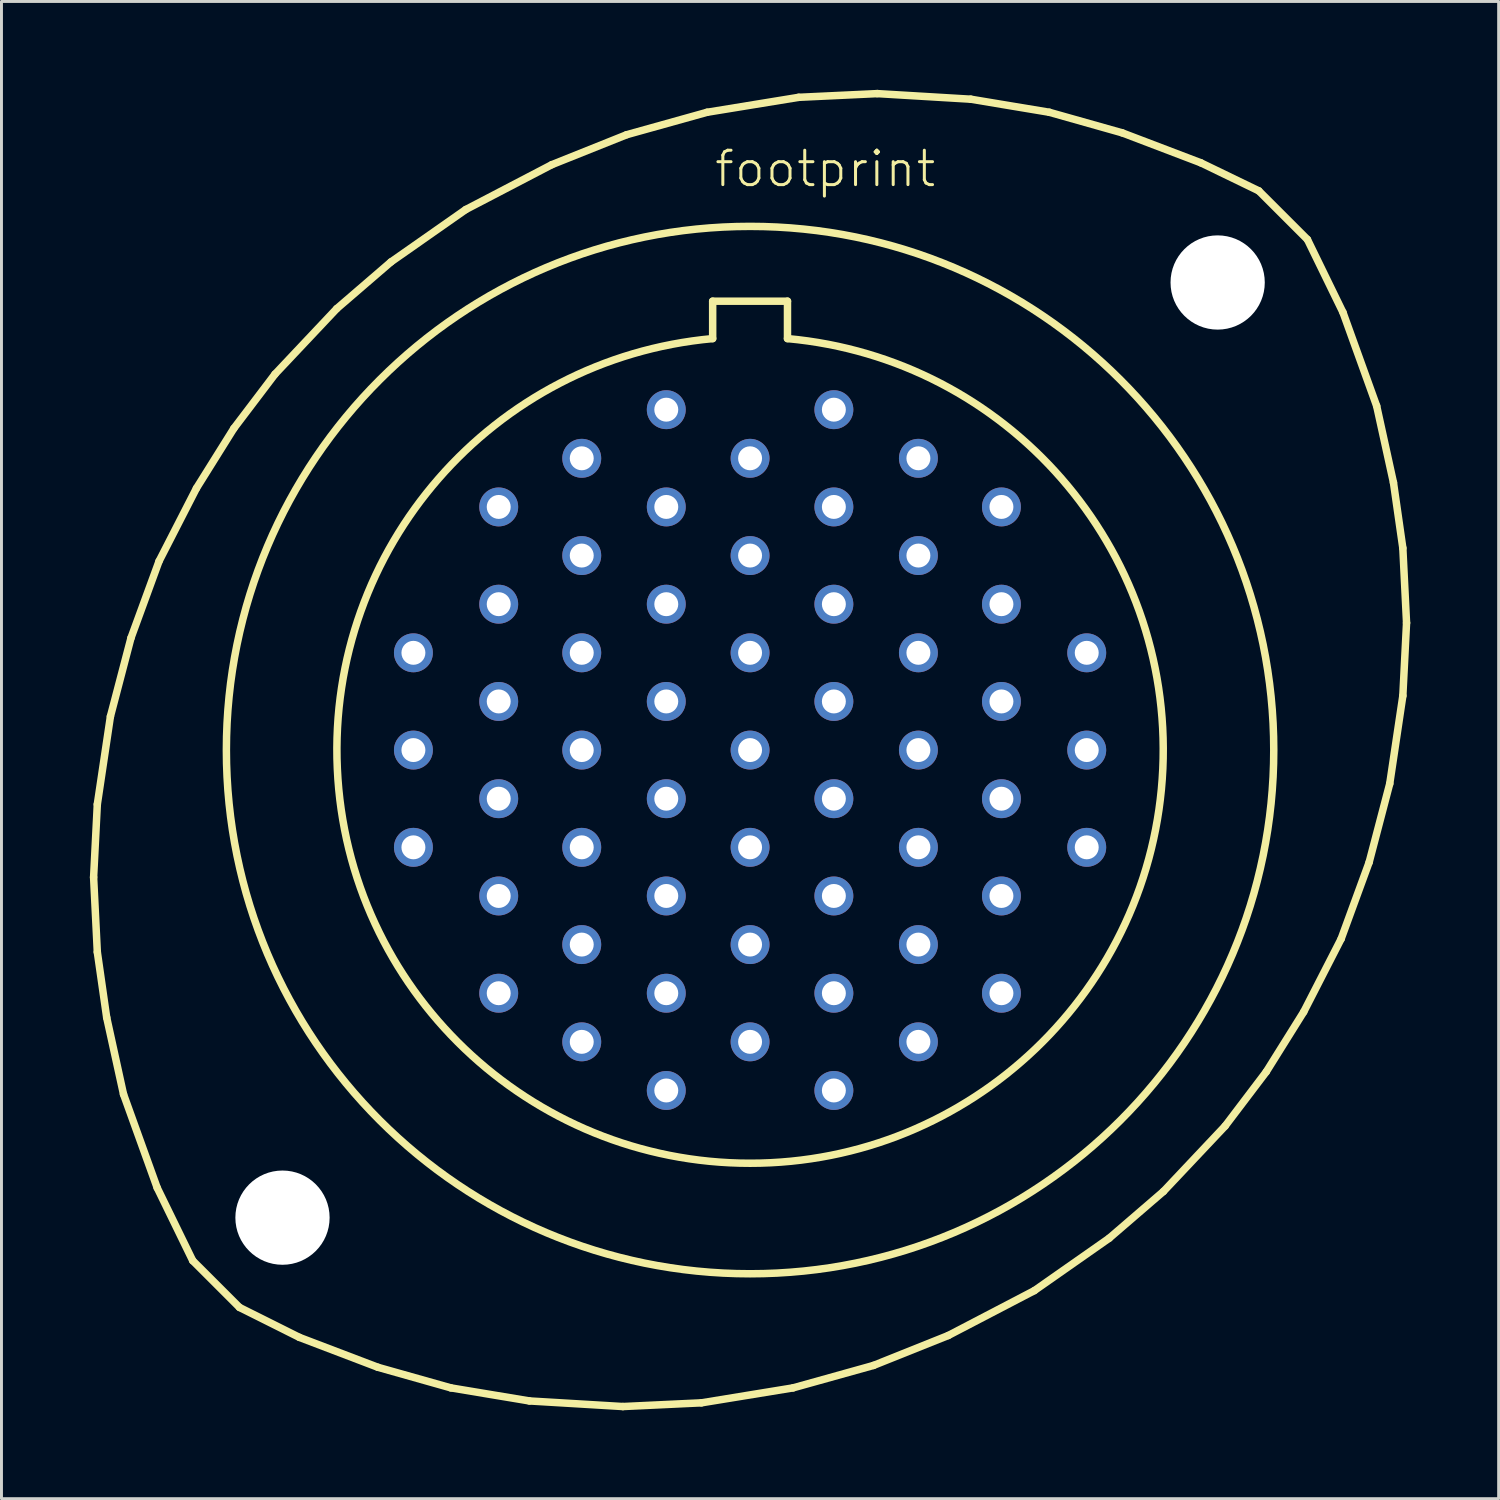
<source format=kicad_pcb>
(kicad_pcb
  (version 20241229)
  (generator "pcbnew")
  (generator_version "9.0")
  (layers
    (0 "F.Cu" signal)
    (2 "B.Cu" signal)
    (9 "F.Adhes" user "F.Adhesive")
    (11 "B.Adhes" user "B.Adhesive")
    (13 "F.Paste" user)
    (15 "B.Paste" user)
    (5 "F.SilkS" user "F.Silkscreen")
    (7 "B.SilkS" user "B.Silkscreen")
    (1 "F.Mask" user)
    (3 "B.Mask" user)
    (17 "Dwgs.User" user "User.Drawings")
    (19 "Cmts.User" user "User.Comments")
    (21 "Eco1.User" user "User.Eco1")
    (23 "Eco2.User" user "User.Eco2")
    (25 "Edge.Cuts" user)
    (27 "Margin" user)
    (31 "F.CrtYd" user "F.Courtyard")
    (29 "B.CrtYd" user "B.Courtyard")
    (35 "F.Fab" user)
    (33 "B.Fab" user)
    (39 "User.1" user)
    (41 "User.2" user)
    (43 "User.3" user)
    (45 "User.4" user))
  (footprint "footprint"
    (layer "F.Cu")
    (at 22.416 22.416)
    (property "Reference" "footprint" (at -1.27 -19.05 0) (layer "F.SilkS") (effects (font (size 1.168 1.168) (thickness 0.102)) (justify left bottom)))
    (fp_line (start -22.288 4.318) (end -22.162 1.841) (stroke (width 0.254) (type solid)) (layer "F.SilkS"))
    (fp_line (start -22.162 1.841) (end -21.717 -1.143) (stroke (width 0.254) (type solid)) (layer "F.SilkS"))
    (fp_line (start -22.162 6.858) (end -22.288 4.318) (stroke (width 0.254) (type solid)) (layer "F.SilkS"))
    (fp_line (start -21.844 9.081) (end -22.162 6.858) (stroke (width 0.254) (type solid)) (layer "F.SilkS"))
    (fp_line (start -21.717 -1.143) (end -21.018 -3.81) (stroke (width 0.254) (type solid)) (layer "F.SilkS"))
    (fp_line (start -21.273 11.684) (end -21.844 9.081) (stroke (width 0.254) (type solid)) (layer "F.SilkS"))
    (fp_line (start -21.018 -3.81) (end -20.066 -6.413) (stroke (width 0.254) (type solid)) (layer "F.SilkS"))
    (fp_line (start -20.13 14.859) (end -21.273 11.684) (stroke (width 0.254) (type solid)) (layer "F.SilkS"))
    (fp_line (start -20.066 -6.413) (end -18.796 -8.89) (stroke (width 0.254) (type solid)) (layer "F.SilkS"))
    (fp_line (start -18.923 17.335) (end -20.13 14.859) (stroke (width 0.254) (type solid)) (layer "F.SilkS"))
    (fp_line (start -18.923 17.335) (end -17.335 18.923) (stroke (width 0.254) (type solid)) (layer "F.SilkS"))
    (fp_line (start -18.796 -8.89) (end -17.526 -10.922) (stroke (width 0.254) (type solid)) (layer "F.SilkS"))
    (fp_line (start -17.526 -10.922) (end -16.129 -12.764) (stroke (width 0.254) (type solid)) (layer "F.SilkS"))
    (fp_line (start -16.129 -12.764) (end -14.034 -14.986) (stroke (width 0.254) (type solid)) (layer "F.SilkS"))
    (fp_line (start -15.303 19.939) (end -17.335 18.923) (stroke (width 0.254) (type solid)) (layer "F.SilkS"))
    (fp_line (start -14.034 -14.986) (end -12.192 -16.573) (stroke (width 0.254) (type solid)) (layer "F.SilkS"))
    (fp_line (start -12.636 20.955) (end -15.303 19.939) (stroke (width 0.254) (type solid)) (layer "F.SilkS"))
    (fp_line (start -12.192 -16.573) (end -9.652 -18.352) (stroke (width 0.254) (type solid)) (layer "F.SilkS"))
    (fp_line (start -10.16 21.654) (end -12.636 20.955) (stroke (width 0.254) (type solid)) (layer "F.SilkS"))
    (fp_line (start -9.652 -18.352) (end -6.731 -19.875) (stroke (width 0.254) (type solid)) (layer "F.SilkS"))
    (fp_line (start -7.493 22.098) (end -10.16 21.654) (stroke (width 0.254) (type solid)) (layer "F.SilkS"))
    (fp_line (start -6.731 -19.875) (end -4.191 -20.892) (stroke (width 0.254) (type solid)) (layer "F.SilkS"))
    (fp_line (start -4.318 22.288) (end -7.493 22.098) (stroke (width 0.254) (type solid)) (layer "F.SilkS"))
    (fp_line (start -4.191 -20.892) (end -1.46 -21.654) (stroke (width 0.254) (type solid)) (layer "F.SilkS"))
    (fp_line (start -1.651 22.162) (end -4.318 22.288) (stroke (width 0.254) (type solid)) (layer "F.SilkS"))
    (fp_line (start -1.46 -21.654) (end 1.651 -22.162) (stroke (width 0.254) (type solid)) (layer "F.SilkS"))
    (fp_line (start -1.27 -15.24) (end 1.27 -15.24) (stroke (width 0.254) (type solid)) (layer "F.SilkS"))
    (fp_line (start -1.27 -13.97) (end -1.27 -15.24) (stroke (width 0.254) (type solid)) (layer "F.SilkS"))
    (fp_line (start 1.27 -15.24) (end 1.27 -13.97) (stroke (width 0.254) (type solid)) (layer "F.SilkS"))
    (fp_line (start 1.46 21.654) (end -1.651 22.162) (stroke (width 0.254) (type solid)) (layer "F.SilkS"))
    (fp_line (start 1.651 -22.162) (end 4.318 -22.288) (stroke (width 0.254) (type solid)) (layer "F.SilkS"))
    (fp_line (start 4.191 20.892) (end 1.46 21.654) (stroke (width 0.254) (type solid)) (layer "F.SilkS"))
    (fp_line (start 4.318 -22.288) (end 7.493 -22.098) (stroke (width 0.254) (type solid)) (layer "F.SilkS"))
    (fp_line (start 6.731 19.875) (end 4.191 20.892) (stroke (width 0.254) (type solid)) (layer "F.SilkS"))
    (fp_line (start 7.493 -22.098) (end 10.16 -21.654) (stroke (width 0.254) (type solid)) (layer "F.SilkS"))
    (fp_line (start 9.652 18.352) (end 6.731 19.875) (stroke (width 0.254) (type solid)) (layer "F.SilkS"))
    (fp_line (start 10.16 -21.654) (end 12.636 -20.955) (stroke (width 0.254) (type solid)) (layer "F.SilkS"))
    (fp_line (start 12.192 16.573) (end 9.652 18.352) (stroke (width 0.254) (type solid)) (layer "F.SilkS"))
    (fp_line (start 12.636 -20.955) (end 15.303 -19.939) (stroke (width 0.254) (type solid)) (layer "F.SilkS"))
    (fp_line (start 14.034 14.986) (end 12.192 16.573) (stroke (width 0.254) (type solid)) (layer "F.SilkS"))
    (fp_line (start 15.303 -19.939) (end 17.272 -18.986) (stroke (width 0.254) (type solid)) (layer "F.SilkS"))
    (fp_line (start 16.129 12.764) (end 14.034 14.986) (stroke (width 0.254) (type solid)) (layer "F.SilkS"))
    (fp_line (start 17.526 10.922) (end 16.129 12.764) (stroke (width 0.254) (type solid)) (layer "F.SilkS"))
    (fp_line (start 18.796 8.89) (end 17.526 10.922) (stroke (width 0.254) (type solid)) (layer "F.SilkS"))
    (fp_line (start 18.923 -17.335) (end 17.272 -18.986) (stroke (width 0.254) (type solid)) (layer "F.SilkS"))
    (fp_line (start 18.923 -17.335) (end 20.13 -14.859) (stroke (width 0.254) (type solid)) (layer "F.SilkS"))
    (fp_line (start 20.066 6.413) (end 18.796 8.89) (stroke (width 0.254) (type solid)) (layer "F.SilkS"))
    (fp_line (start 20.13 -14.859) (end 21.273 -11.684) (stroke (width 0.254) (type solid)) (layer "F.SilkS"))
    (fp_line (start 21.018 3.81) (end 20.066 6.413) (stroke (width 0.254) (type solid)) (layer "F.SilkS"))
    (fp_line (start 21.273 -11.684) (end 21.844 -9.081) (stroke (width 0.254) (type solid)) (layer "F.SilkS"))
    (fp_line (start 21.717 1.143) (end 21.018 3.81) (stroke (width 0.254) (type solid)) (layer "F.SilkS"))
    (fp_line (start 21.844 -9.081) (end 22.162 -6.858) (stroke (width 0.254) (type solid)) (layer "F.SilkS"))
    (fp_line (start 22.162 -6.858) (end 22.288 -4.318) (stroke (width 0.254) (type solid)) (layer "F.SilkS"))
    (fp_line (start 22.162 -1.841) (end 21.717 1.143) (stroke (width 0.254) (type solid)) (layer "F.SilkS"))
    (fp_line (start 22.288 -4.318) (end 22.162 -1.841) (stroke (width 0.254) (type solid)) (layer "F.SilkS"))
    (fp_arc (start 1.27 -13.97) (mid 0 14.027608) (end -1.27 -13.97) (stroke (width 0.254) (type solid)) (layer "F.SilkS"))
    (fp_circle (center 0 0) (end 17.78 0) (stroke (width 0.254) (type solid)) (fill no) (layer "F.SilkS"))
    (pad "" np_thru_hole circle (at -15.875 15.875) (size 3.2 3.2) (drill 3.2) (layers "*.Cu" "*.Mask"))
    (pad "" np_thru_hole circle (at 15.875 -15.875) (size 3.2 3.2) (drill 3.2) (layers "*.Cu" "*.Mask"))
    (pad "A" thru_hole circle (at 2.845 -11.557) (size 1.321 1.321) (drill 0.813) (layers "*.Cu" "*.Mask"))
    (pad "A'" thru_hole circle (at 8.534 1.651) (size 1.321 1.321) (drill 0.813) (layers "*.Cu" "*.Mask"))
    (pad "AA" thru_hole circle (at -2.845 -4.953) (size 1.321 1.321) (drill 0.813) (layers "*.Cu" "*.Mask"))
    (pad "B" thru_hole circle (at 5.715 -9.906) (size 1.321 1.321) (drill 0.813) (layers "*.Cu" "*.Mask"))
    (pad "B'" thru_hole circle (at 8.534 4.953) (size 1.321 1.321) (drill 0.813) (layers "*.Cu" "*.Mask"))
    (pad "BB" thru_hole circle (at 0 -3.302) (size 1.321 1.321) (drill 0.813) (layers "*.Cu" "*.Mask"))
    (pad "C" thru_hole circle (at 8.534 -8.255) (size 1.321 1.321) (drill 0.813) (layers "*.Cu" "*.Mask"))
    (pad "C'" thru_hole circle (at 5.715 6.604) (size 1.321 1.321) (drill 0.813) (layers "*.Cu" "*.Mask"))
    (pad "CC" thru_hole circle (at 2.845 -1.651) (size 1.321 1.321) (drill 0.813) (layers "*.Cu" "*.Mask"))
    (pad "D" thru_hole circle (at 11.43 -3.302) (size 1.321 1.321) (drill 0.813) (layers "*.Cu" "*.Mask"))
    (pad "D'" thru_hole circle (at 2.845 8.255) (size 1.321 1.321) (drill 0.813) (layers "*.Cu" "*.Mask"))
    (pad "DD" thru_hole circle (at 2.845 1.651) (size 1.321 1.321) (drill 0.813) (layers "*.Cu" "*.Mask"))
    (pad "E" thru_hole circle (at 11.43 0) (size 1.321 1.321) (drill 0.813) (layers "*.Cu" "*.Mask"))
    (pad "E'" thru_hole circle (at 0 9.906) (size 1.321 1.321) (drill 0.813) (layers "*.Cu" "*.Mask"))
    (pad "EE" thru_hole circle (at 0 3.302) (size 1.321 1.321) (drill 0.813) (layers "*.Cu" "*.Mask"))
    (pad "F" thru_hole circle (at 11.43 3.302) (size 1.321 1.321) (drill 0.813) (layers "*.Cu" "*.Mask"))
    (pad "F'" thru_hole circle (at -2.845 8.255) (size 1.321 1.321) (drill 0.813) (layers "*.Cu" "*.Mask"))
    (pad "FF" thru_hole circle (at -2.845 1.651) (size 1.321 1.321) (drill 0.813) (layers "*.Cu" "*.Mask"))
    (pad "G" thru_hole circle (at 8.534 8.255) (size 1.321 1.321) (drill 0.813) (layers "*.Cu" "*.Mask"))
    (pad "G'" thru_hole circle (at -5.715 6.604) (size 1.321 1.321) (drill 0.813) (layers "*.Cu" "*.Mask"))
    (pad "GG" thru_hole circle (at -2.845 -1.651) (size 1.321 1.321) (drill 0.813) (layers "*.Cu" "*.Mask"))
    (pad "H" thru_hole circle (at 5.715 9.906) (size 1.321 1.321) (drill 0.813) (layers "*.Cu" "*.Mask"))
    (pad "H'" thru_hole circle (at -8.534 4.953) (size 1.321 1.321) (drill 0.813) (layers "*.Cu" "*.Mask"))
    (pad "HH" thru_hole circle (at 0 0) (size 1.321 1.321) (drill 0.813) (layers "*.Cu" "*.Mask"))
    (pad "I'" thru_hole circle (at -8.534 1.651) (size 1.321 1.321) (drill 0.813) (layers "*.Cu" "*.Mask"))
    (pad "J" thru_hole circle (at 2.845 11.557) (size 1.321 1.321) (drill 0.813) (layers "*.Cu" "*.Mask"))
    (pad "J'" thru_hole circle (at -8.534 -1.651) (size 1.321 1.321) (drill 0.813) (layers "*.Cu" "*.Mask"))
    (pad "K" thru_hole circle (at -2.845 11.557) (size 1.321 1.321) (drill 0.813) (layers "*.Cu" "*.Mask"))
    (pad "K'" thru_hole circle (at -8.534 -4.953) (size 1.321 1.321) (drill 0.813) (layers "*.Cu" "*.Mask"))
    (pad "L" thru_hole circle (at -5.715 9.906) (size 1.321 1.321) (drill 0.813) (layers "*.Cu" "*.Mask"))
    (pad "M" thru_hole circle (at -8.534 8.255) (size 1.321 1.321) (drill 0.813) (layers "*.Cu" "*.Mask"))
    (pad "M'" thru_hole circle (at -5.715 -6.604) (size 1.321 1.321) (drill 0.813) (layers "*.Cu" "*.Mask"))
    (pad "N" thru_hole circle (at -11.43 3.302) (size 1.321 1.321) (drill 0.813) (layers "*.Cu" "*.Mask"))
    (pad "N'" thru_hole circle (at -2.845 -8.255) (size 1.321 1.321) (drill 0.813) (layers "*.Cu" "*.Mask"))
    (pad "P" thru_hole circle (at -11.43 0) (size 1.321 1.321) (drill 0.813) (layers "*.Cu" "*.Mask"))
    (pad "P'" thru_hole circle (at 0 -6.604) (size 1.321 1.321) (drill 0.813) (layers "*.Cu" "*.Mask"))
    (pad "Q'" thru_hole circle (at 2.845 -4.953) (size 1.321 1.321) (drill 0.813) (layers "*.Cu" "*.Mask"))
    (pad "R" thru_hole circle (at -11.43 -3.302) (size 1.321 1.321) (drill 0.813) (layers "*.Cu" "*.Mask"))
    (pad "R'" thru_hole circle (at 5.715 -3.302) (size 1.321 1.321) (drill 0.813) (layers "*.Cu" "*.Mask"))
    (pad "S" thru_hole circle (at -8.534 -8.255) (size 1.321 1.321) (drill 0.813) (layers "*.Cu" "*.Mask"))
    (pad "S'" thru_hole circle (at 5.715 0) (size 1.321 1.321) (drill 0.813) (layers "*.Cu" "*.Mask"))
    (pad "T" thru_hole circle (at -5.715 -9.906) (size 1.321 1.321) (drill 0.813) (layers "*.Cu" "*.Mask"))
    (pad "T'" thru_hole circle (at 5.715 3.302) (size 1.321 1.321) (drill 0.813) (layers "*.Cu" "*.Mask"))
    (pad "U" thru_hole circle (at -2.845 -11.557) (size 1.321 1.321) (drill 0.813) (layers "*.Cu" "*.Mask"))
    (pad "U'" thru_hole circle (at 2.845 4.953) (size 1.321 1.321) (drill 0.813) (layers "*.Cu" "*.Mask"))
    (pad "V" thru_hole circle (at 0 -9.906) (size 1.321 1.321) (drill 0.813) (layers "*.Cu" "*.Mask"))
    (pad "V'" thru_hole circle (at 0 6.604) (size 1.321 1.321) (drill 0.813) (layers "*.Cu" "*.Mask"))
    (pad "W" thru_hole circle (at 2.845 -8.255) (size 1.321 1.321) (drill 0.813) (layers "*.Cu" "*.Mask"))
    (pad "W'" thru_hole circle (at -2.845 4.953) (size 1.321 1.321) (drill 0.813) (layers "*.Cu" "*.Mask"))
    (pad "X" thru_hole circle (at 5.715 -6.604) (size 1.321 1.321) (drill 0.813) (layers "*.Cu" "*.Mask"))
    (pad "X'" thru_hole circle (at -5.715 3.302) (size 1.321 1.321) (drill 0.813) (layers "*.Cu" "*.Mask"))
    (pad "Y" thru_hole circle (at 8.534 -4.953) (size 1.321 1.321) (drill 0.813) (layers "*.Cu" "*.Mask"))
    (pad "Y'" thru_hole circle (at -5.715 0) (size 1.321 1.321) (drill 0.813) (layers "*.Cu" "*.Mask"))
    (pad "Z" thru_hole circle (at 8.534 -1.651) (size 1.321 1.321) (drill 0.813) (layers "*.Cu" "*.Mask"))
    (pad "Z'" thru_hole circle (at -5.715 -3.302) (size 1.321 1.321) (drill 0.813) (layers "*.Cu" "*.Mask")))
  (gr_rect
    (start -3 -3)
    (end 47.831 47.831)
    (stroke (width 0.1) (type default))
    (fill no)
    (layer "Edge.Cuts")))
</source>
